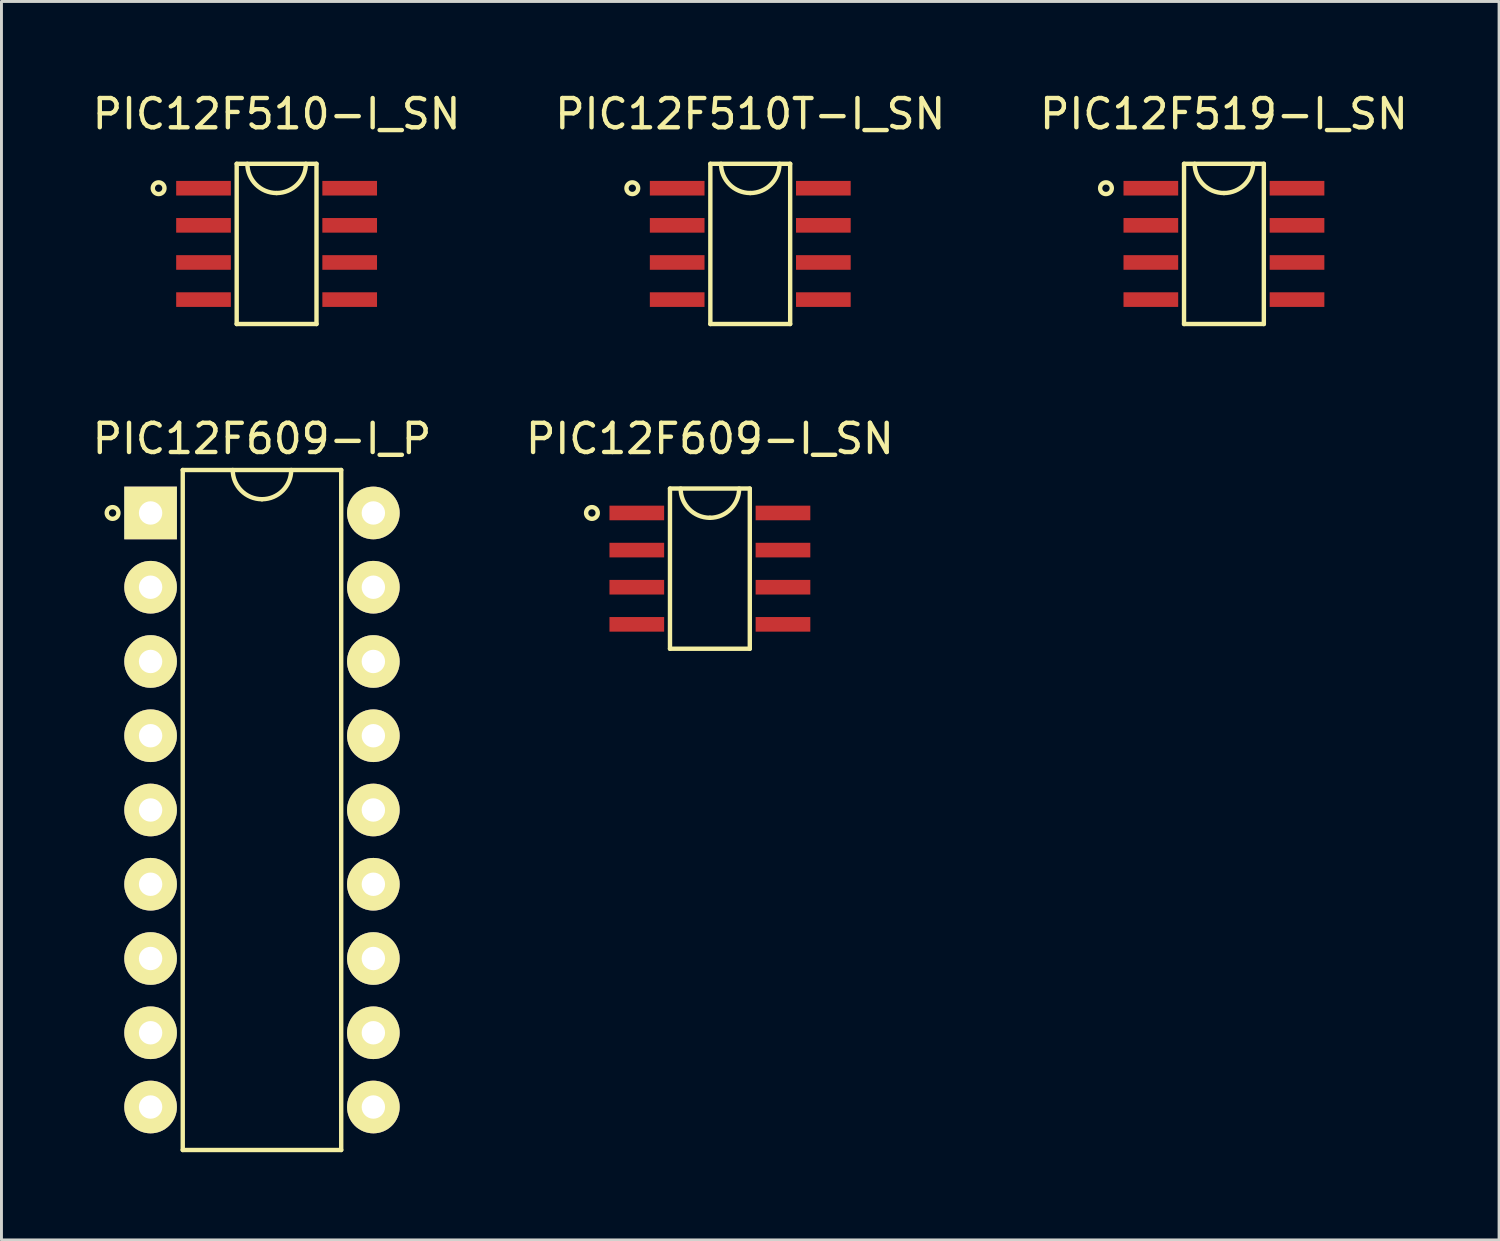
<source format=kicad_pcb>
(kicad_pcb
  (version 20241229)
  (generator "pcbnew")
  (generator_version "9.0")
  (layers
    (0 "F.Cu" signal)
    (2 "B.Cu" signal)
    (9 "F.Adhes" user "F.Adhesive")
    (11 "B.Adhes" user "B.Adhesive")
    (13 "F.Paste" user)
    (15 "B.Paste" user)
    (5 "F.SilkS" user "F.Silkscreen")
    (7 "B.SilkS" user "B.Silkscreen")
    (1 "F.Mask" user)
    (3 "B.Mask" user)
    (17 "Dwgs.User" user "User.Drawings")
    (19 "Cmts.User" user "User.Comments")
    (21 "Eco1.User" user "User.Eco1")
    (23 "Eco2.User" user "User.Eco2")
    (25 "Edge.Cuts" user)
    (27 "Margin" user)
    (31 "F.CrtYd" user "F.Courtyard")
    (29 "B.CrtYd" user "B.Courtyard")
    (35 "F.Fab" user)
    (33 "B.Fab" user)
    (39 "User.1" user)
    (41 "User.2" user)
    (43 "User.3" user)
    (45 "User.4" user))
  (footprint "PIC12F609-I_P"
    (layer "F.Cu")
    (at 2.101 14.496)
    (property "Reference" "PIC12F609-I_P" (at 3.81 -2.54 0) (layer "F.SilkS") (effects (font (size 1 1) (thickness 0.15))))
    (attr through_hole)
    (fp_line (start 1.1 -1.47) (end 6.52 -1.47) (stroke (width 0.15) (type solid)) (layer "F.SilkS"))
    (fp_line (start 1.1 21.79) (end 1.1 -1.47) (stroke (width 0.15) (type solid)) (layer "F.SilkS"))
    (fp_line (start 6.52 -1.47) (end 6.52 21.79) (stroke (width 0.15) (type solid)) (layer "F.SilkS"))
    (fp_line (start 6.52 21.79) (end 1.1 21.79) (stroke (width 0.15) (type solid)) (layer "F.SilkS"))
    (fp_arc (start 3.81 -0.47) (mid 3.102893 -0.762893) (end 2.81 -1.47) (stroke (width 0.15) (type solid)) (layer "F.SilkS"))
    (fp_arc (start 4.81 -1.47) (mid 4.517107 -0.762893) (end 3.81 -0.47) (stroke (width 0.15) (type solid)) (layer "F.SilkS"))
    (fp_circle (center -1.3 0) (end -1.3 0.2) (stroke (width 0.15) (type solid)) (fill no) (layer "F.SilkS"))
    (pad "1" thru_hole rect (at 0 0) (size 1.8 1.8) (drill 0.8) (layers "*.Cu" "*.Mask" "F.SilkS"))
    (pad "2" thru_hole circle (at 0 2.54) (size 1.8 1.8) (drill 0.8) (layers "*.Cu" "*.Mask" "F.SilkS"))
    (pad "3" thru_hole circle (at 0 5.08) (size 1.8 1.8) (drill 0.8) (layers "*.Cu" "*.Mask" "F.SilkS"))
    (pad "4" thru_hole circle (at 0 7.62) (size 1.8 1.8) (drill 0.8) (layers "*.Cu" "*.Mask" "F.SilkS"))
    (pad "5" thru_hole circle (at 0 10.16) (size 1.8 1.8) (drill 0.8) (layers "*.Cu" "*.Mask" "F.SilkS"))
    (pad "6" thru_hole circle (at 0 12.7) (size 1.8 1.8) (drill 0.8) (layers "*.Cu" "*.Mask" "F.SilkS"))
    (pad "7" thru_hole circle (at 0 15.24) (size 1.8 1.8) (drill 0.8) (layers "*.Cu" "*.Mask" "F.SilkS"))
    (pad "8" thru_hole circle (at 0 17.78) (size 1.8 1.8) (drill 0.8) (layers "*.Cu" "*.Mask" "F.SilkS"))
    (pad "9" thru_hole circle (at 0 20.32) (size 1.8 1.8) (drill 0.8) (layers "*.Cu" "*.Mask" "F.SilkS"))
    (pad "10" thru_hole circle (at 7.62 20.32) (size 1.8 1.8) (drill 0.8) (layers "*.Cu" "*.Mask" "F.SilkS"))
    (pad "11" thru_hole circle (at 7.62 17.78) (size 1.8 1.8) (drill 0.8) (layers "*.Cu" "*.Mask" "F.SilkS"))
    (pad "12" thru_hole circle (at 7.62 15.24) (size 1.8 1.8) (drill 0.8) (layers "*.Cu" "*.Mask" "F.SilkS"))
    (pad "13" thru_hole circle (at 7.62 12.7) (size 1.8 1.8) (drill 0.8) (layers "*.Cu" "*.Mask" "F.SilkS"))
    (pad "14" thru_hole circle (at 7.62 10.16) (size 1.8 1.8) (drill 0.8) (layers "*.Cu" "*.Mask" "F.SilkS"))
    (pad "15" thru_hole circle (at 7.62 7.62) (size 1.8 1.8) (drill 0.8) (layers "*.Cu" "*.Mask" "F.SilkS"))
    (pad "16" thru_hole circle (at 7.62 5.08) (size 1.8 1.8) (drill 0.8) (layers "*.Cu" "*.Mask" "F.SilkS"))
    (pad "17" thru_hole circle (at 7.62 2.54) (size 1.8 1.8) (drill 0.8) (layers "*.Cu" "*.Mask" "F.SilkS"))
    (pad "18" thru_hole circle (at 7.62 0) (size 1.8 1.8) (drill 0.8) (layers "*.Cu" "*.Mask" "F.SilkS")))
  (footprint "PIC12F510-I_SN"
    (layer "F.Cu")
    (at 3.911 3.388)
    (property "Reference" "PIC12F510-I_SN" (at 2.5 -2.54 0) (layer "F.SilkS") (effects (font (size 1 1) (thickness 0.15))))
    (attr through_hole)
    (fp_line (start 1.135 -0.835) (end 3.865 -0.835) (stroke (width 0.15) (type solid)) (layer "F.SilkS"))
    (fp_line (start 1.135 4.645) (end 1.135 -0.835) (stroke (width 0.15) (type solid)) (layer "F.SilkS"))
    (fp_line (start 3.865 -0.835) (end 3.865 4.645) (stroke (width 0.15) (type solid)) (layer "F.SilkS"))
    (fp_line (start 3.865 4.645) (end 1.135 4.645) (stroke (width 0.15) (type solid)) (layer "F.SilkS"))
    (fp_arc (start 2.5 0.165) (mid 1.792893 -0.127893) (end 1.5 -0.835) (stroke (width 0.15) (type solid)) (layer "F.SilkS"))
    (fp_arc (start 3.5 -0.835) (mid 3.207107 -0.127893) (end 2.5 0.165) (stroke (width 0.15) (type solid)) (layer "F.SilkS"))
    (fp_circle (center -1.535 0) (end -1.535 0.2) (stroke (width 0.15) (type solid)) (fill no) (layer "F.SilkS"))
    (pad "1" smd rect (at 0 0) (size 1.87 0.5) (layers "F.Cu" "F.Mask" "F.Paste"))
    (pad "2" smd rect (at 0 1.27) (size 1.87 0.5) (layers "F.Cu" "F.Mask" "F.Paste"))
    (pad "3" smd rect (at 0 2.54) (size 1.87 0.5) (layers "F.Cu" "F.Mask" "F.Paste"))
    (pad "4" smd rect (at 0 3.81) (size 1.87 0.5) (layers "F.Cu" "F.Mask" "F.Paste"))
    (pad "5" smd rect (at 5 3.81) (size 1.87 0.5) (layers "F.Cu" "F.Mask" "F.Paste"))
    (pad "6" smd rect (at 5 2.54) (size 1.87 0.5) (layers "F.Cu" "F.Mask" "F.Paste"))
    (pad "7" smd rect (at 5 1.27) (size 1.87 0.5) (layers "F.Cu" "F.Mask" "F.Paste"))
    (pad "8" smd rect (at 5 0) (size 1.87 0.5) (layers "F.Cu" "F.Mask" "F.Paste")))
  (footprint "PIC12F510T-I_SN"
    (layer "F.Cu")
    (at 20.113 3.388)
    (property "Reference" "PIC12F510T-I_SN" (at 2.5 -2.54 0) (layer "F.SilkS") (effects (font (size 1 1) (thickness 0.15))))
    (attr through_hole)
    (fp_line (start 1.135 -0.835) (end 3.865 -0.835) (stroke (width 0.15) (type solid)) (layer "F.SilkS"))
    (fp_line (start 1.135 4.645) (end 1.135 -0.835) (stroke (width 0.15) (type solid)) (layer "F.SilkS"))
    (fp_line (start 3.865 -0.835) (end 3.865 4.645) (stroke (width 0.15) (type solid)) (layer "F.SilkS"))
    (fp_line (start 3.865 4.645) (end 1.135 4.645) (stroke (width 0.15) (type solid)) (layer "F.SilkS"))
    (fp_arc (start 2.5 0.165) (mid 1.792893 -0.127893) (end 1.5 -0.835) (stroke (width 0.15) (type solid)) (layer "F.SilkS"))
    (fp_arc (start 3.5 -0.835) (mid 3.207107 -0.127893) (end 2.5 0.165) (stroke (width 0.15) (type solid)) (layer "F.SilkS"))
    (fp_circle (center -1.535 0) (end -1.535 0.2) (stroke (width 0.15) (type solid)) (fill no) (layer "F.SilkS"))
    (pad "1" smd rect (at 0 0) (size 1.87 0.5) (layers "F.Cu" "F.Mask" "F.Paste"))
    (pad "2" smd rect (at 0 1.27) (size 1.87 0.5) (layers "F.Cu" "F.Mask" "F.Paste"))
    (pad "3" smd rect (at 0 2.54) (size 1.87 0.5) (layers "F.Cu" "F.Mask" "F.Paste"))
    (pad "4" smd rect (at 0 3.81) (size 1.87 0.5) (layers "F.Cu" "F.Mask" "F.Paste"))
    (pad "5" smd rect (at 5 3.81) (size 1.87 0.5) (layers "F.Cu" "F.Mask" "F.Paste"))
    (pad "6" smd rect (at 5 2.54) (size 1.87 0.5) (layers "F.Cu" "F.Mask" "F.Paste"))
    (pad "7" smd rect (at 5 1.27) (size 1.87 0.5) (layers "F.Cu" "F.Mask" "F.Paste"))
    (pad "8" smd rect (at 5 0) (size 1.87 0.5) (layers "F.Cu" "F.Mask" "F.Paste")))
  (footprint "PIC12F609-I_SN"
    (layer "F.Cu")
    (at 18.732 14.496)
    (property "Reference" "PIC12F609-I_SN" (at 2.5 -2.54 0) (layer "F.SilkS") (effects (font (size 1 1) (thickness 0.15))))
    (attr through_hole)
    (fp_line (start 1.135 -0.835) (end 3.865 -0.835) (stroke (width 0.15) (type solid)) (layer "F.SilkS"))
    (fp_line (start 1.135 4.645) (end 1.135 -0.835) (stroke (width 0.15) (type solid)) (layer "F.SilkS"))
    (fp_line (start 3.865 -0.835) (end 3.865 4.645) (stroke (width 0.15) (type solid)) (layer "F.SilkS"))
    (fp_line (start 3.865 4.645) (end 1.135 4.645) (stroke (width 0.15) (type solid)) (layer "F.SilkS"))
    (fp_arc (start 2.5 0.165) (mid 1.792893 -0.127893) (end 1.5 -0.835) (stroke (width 0.15) (type solid)) (layer "F.SilkS"))
    (fp_arc (start 3.5 -0.835) (mid 3.207107 -0.127893) (end 2.5 0.165) (stroke (width 0.15) (type solid)) (layer "F.SilkS"))
    (fp_circle (center -1.535 0) (end -1.535 0.2) (stroke (width 0.15) (type solid)) (fill no) (layer "F.SilkS"))
    (pad "1" smd rect (at 0 0) (size 1.87 0.5) (layers "F.Cu" "F.Mask" "F.Paste"))
    (pad "2" smd rect (at 0 1.27) (size 1.87 0.5) (layers "F.Cu" "F.Mask" "F.Paste"))
    (pad "3" smd rect (at 0 2.54) (size 1.87 0.5) (layers "F.Cu" "F.Mask" "F.Paste"))
    (pad "4" smd rect (at 0 3.81) (size 1.87 0.5) (layers "F.Cu" "F.Mask" "F.Paste"))
    (pad "5" smd rect (at 5 3.81) (size 1.87 0.5) (layers "F.Cu" "F.Mask" "F.Paste"))
    (pad "6" smd rect (at 5 2.54) (size 1.87 0.5) (layers "F.Cu" "F.Mask" "F.Paste"))
    (pad "7" smd rect (at 5 1.27) (size 1.87 0.5) (layers "F.Cu" "F.Mask" "F.Paste"))
    (pad "8" smd rect (at 5 0) (size 1.87 0.5) (layers "F.Cu" "F.Mask" "F.Paste")))
  (footprint "PIC12F519-I_SN"
    (layer "F.Cu")
    (at 36.315 3.388)
    (property "Reference" "PIC12F519-I_SN" (at 2.5 -2.54 0) (layer "F.SilkS") (effects (font (size 1 1) (thickness 0.15))))
    (attr through_hole)
    (fp_line (start 1.135 -0.835) (end 3.865 -0.835) (stroke (width 0.15) (type solid)) (layer "F.SilkS"))
    (fp_line (start 1.135 4.645) (end 1.135 -0.835) (stroke (width 0.15) (type solid)) (layer "F.SilkS"))
    (fp_line (start 3.865 -0.835) (end 3.865 4.645) (stroke (width 0.15) (type solid)) (layer "F.SilkS"))
    (fp_line (start 3.865 4.645) (end 1.135 4.645) (stroke (width 0.15) (type solid)) (layer "F.SilkS"))
    (fp_arc (start 2.5 0.165) (mid 1.792893 -0.127893) (end 1.5 -0.835) (stroke (width 0.15) (type solid)) (layer "F.SilkS"))
    (fp_arc (start 3.5 -0.835) (mid 3.207107 -0.127893) (end 2.5 0.165) (stroke (width 0.15) (type solid)) (layer "F.SilkS"))
    (fp_circle (center -1.535 0) (end -1.535 0.2) (stroke (width 0.15) (type solid)) (fill no) (layer "F.SilkS"))
    (pad "1" smd rect (at 0 0) (size 1.87 0.5) (layers "F.Cu" "F.Mask" "F.Paste"))
    (pad "2" smd rect (at 0 1.27) (size 1.87 0.5) (layers "F.Cu" "F.Mask" "F.Paste"))
    (pad "3" smd rect (at 0 2.54) (size 1.87 0.5) (layers "F.Cu" "F.Mask" "F.Paste"))
    (pad "4" smd rect (at 0 3.81) (size 1.87 0.5) (layers "F.Cu" "F.Mask" "F.Paste"))
    (pad "5" smd rect (at 5 3.81) (size 1.87 0.5) (layers "F.Cu" "F.Mask" "F.Paste"))
    (pad "6" smd rect (at 5 2.54) (size 1.87 0.5) (layers "F.Cu" "F.Mask" "F.Paste"))
    (pad "7" smd rect (at 5 1.27) (size 1.87 0.5) (layers "F.Cu" "F.Mask" "F.Paste"))
    (pad "8" smd rect (at 5 0) (size 1.87 0.5) (layers "F.Cu" "F.Mask" "F.Paste")))
  (gr_rect
    (start -3 -3)
    (end 48.226 39.361)
    (stroke (width 0.1) (type default))
    (fill no)
    (layer "Edge.Cuts")))
</source>
